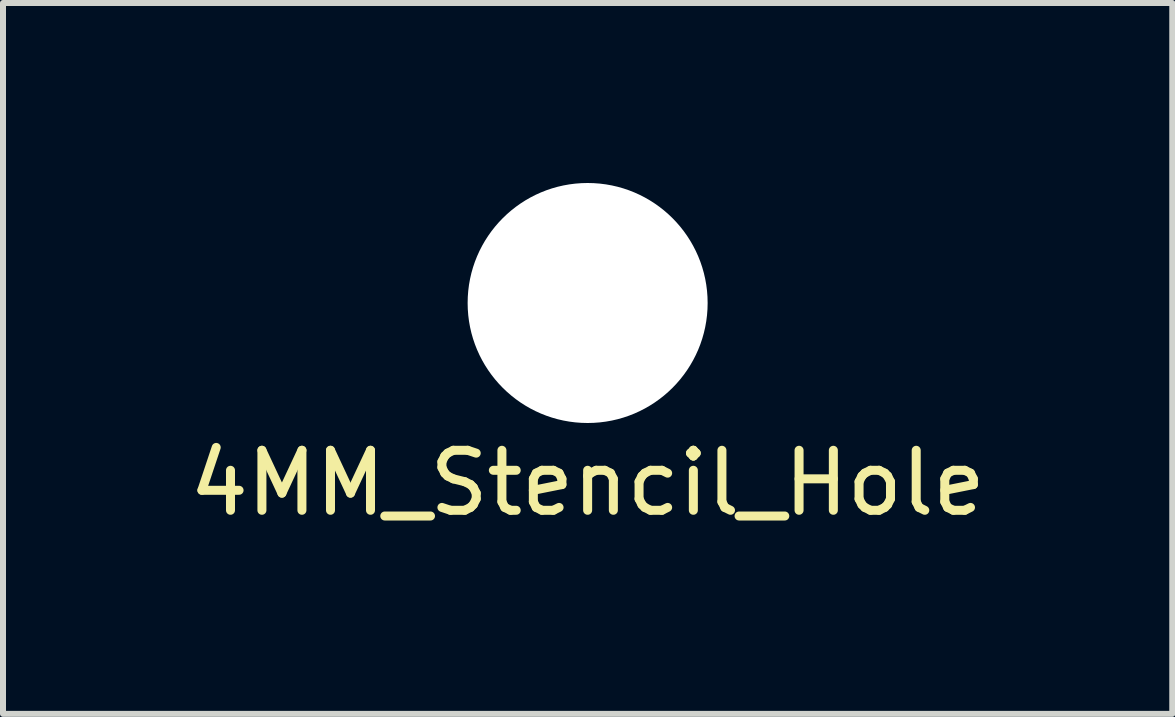
<source format=kicad_pcb>
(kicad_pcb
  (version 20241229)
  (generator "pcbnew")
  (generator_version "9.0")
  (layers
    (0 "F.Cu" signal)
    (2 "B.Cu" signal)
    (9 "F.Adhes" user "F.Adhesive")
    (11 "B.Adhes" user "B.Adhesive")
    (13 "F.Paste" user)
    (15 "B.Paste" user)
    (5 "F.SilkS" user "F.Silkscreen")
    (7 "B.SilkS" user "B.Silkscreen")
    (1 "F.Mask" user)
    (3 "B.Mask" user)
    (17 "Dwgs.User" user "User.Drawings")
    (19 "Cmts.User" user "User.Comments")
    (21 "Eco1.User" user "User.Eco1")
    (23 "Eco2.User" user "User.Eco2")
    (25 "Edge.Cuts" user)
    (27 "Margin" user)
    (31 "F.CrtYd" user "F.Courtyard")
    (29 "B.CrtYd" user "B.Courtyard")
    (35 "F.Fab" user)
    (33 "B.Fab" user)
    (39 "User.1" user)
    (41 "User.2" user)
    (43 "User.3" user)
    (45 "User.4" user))
  (footprint "4MM_Stencil_Hole"
    (layer "F.Cu")
    (at 6.744 2)
    (property "Reference" "4MM_Stencil_Hole" (at 0 3 0) (layer "F.SilkS") (effects (font (size 1 1) (thickness 0.15))))
    (attr through_hole)
    (pad "" np_thru_hole circle (at 0 0) (size 4 4) (drill 4) (layers "*.Cu" "*.Paste" "*.Mask")))
  (gr_rect
    (start -3 -3)
    (end 16.488 8.848)
    (stroke (width 0.1) (type default))
    (fill no)
    (layer "Edge.Cuts")))
</source>
